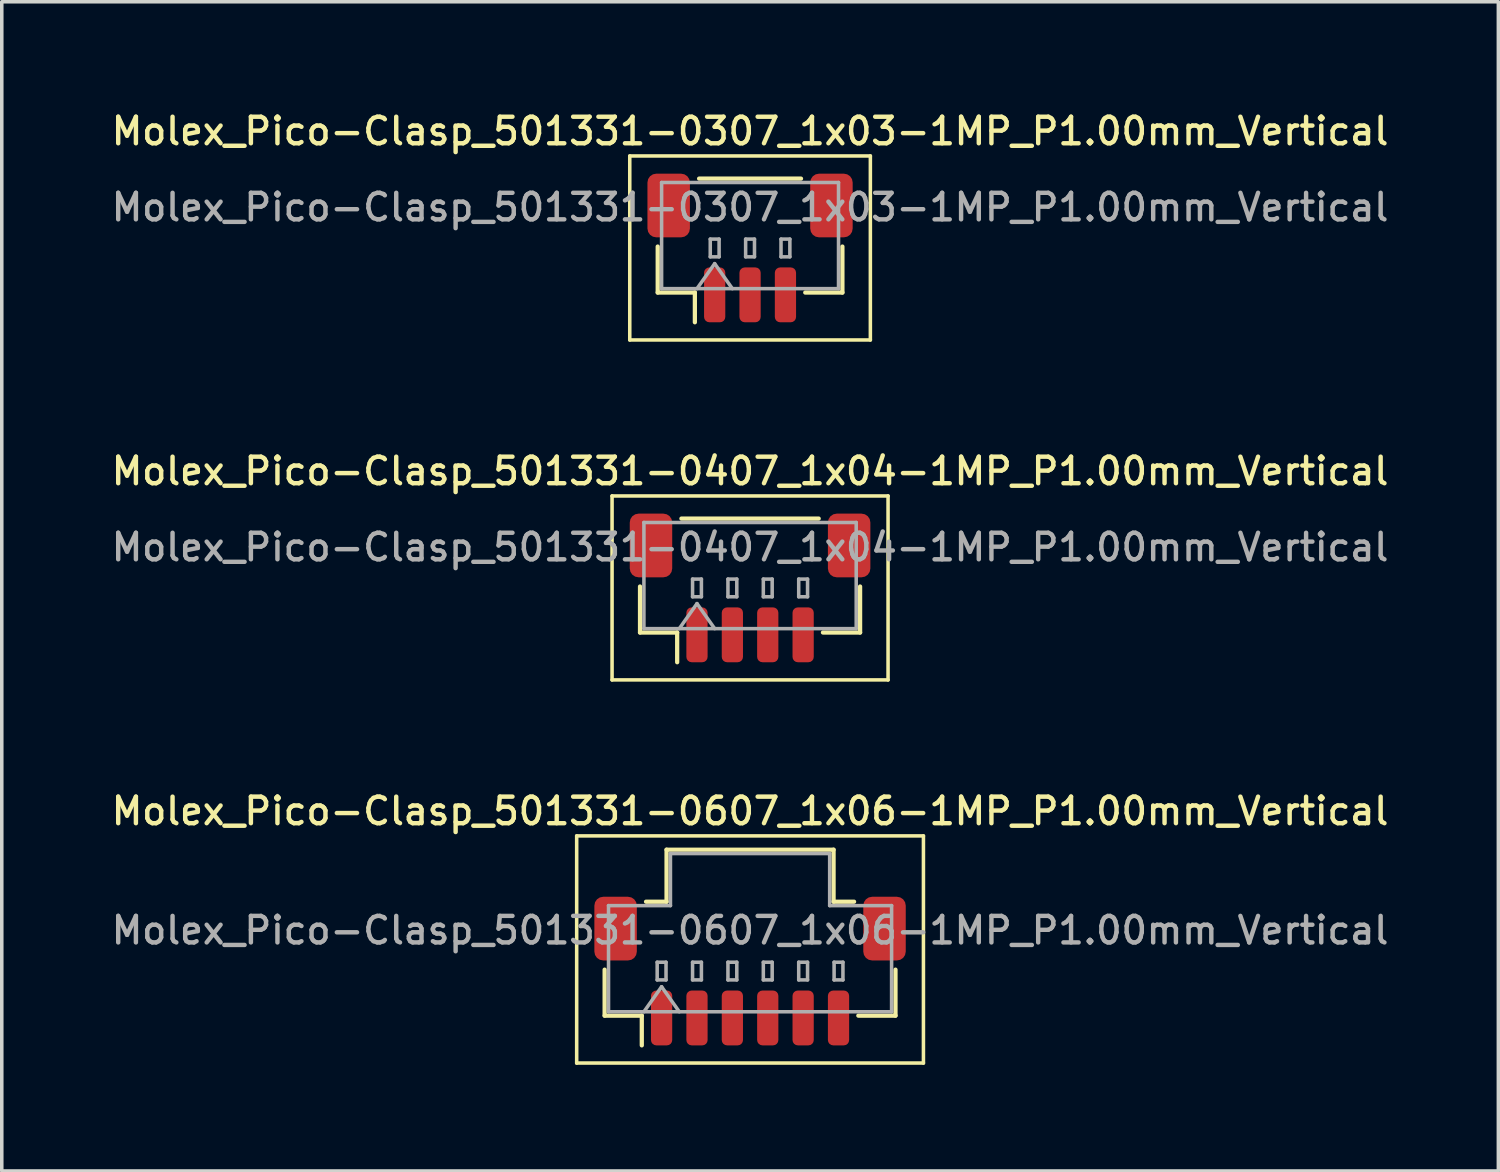
<source format=kicad_pcb>
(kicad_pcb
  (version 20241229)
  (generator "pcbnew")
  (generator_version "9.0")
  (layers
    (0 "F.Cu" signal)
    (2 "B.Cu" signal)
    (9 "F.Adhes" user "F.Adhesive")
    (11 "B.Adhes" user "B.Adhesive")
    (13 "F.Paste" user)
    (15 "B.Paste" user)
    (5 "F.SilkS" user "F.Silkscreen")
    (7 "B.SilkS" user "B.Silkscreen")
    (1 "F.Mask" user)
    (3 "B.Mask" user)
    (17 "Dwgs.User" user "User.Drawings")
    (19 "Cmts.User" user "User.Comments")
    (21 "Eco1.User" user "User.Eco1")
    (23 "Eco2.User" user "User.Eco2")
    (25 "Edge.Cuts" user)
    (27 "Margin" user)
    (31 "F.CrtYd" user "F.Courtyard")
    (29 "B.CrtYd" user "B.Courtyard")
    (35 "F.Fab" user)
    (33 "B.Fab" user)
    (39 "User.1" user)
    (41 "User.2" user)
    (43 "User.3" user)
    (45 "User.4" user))
  (footprint "Molex_Pico-Clasp_501331-0607_1x06-1MP_P1.00mm_Vertical"
    (layer "F.Cu")
    (at 18.148 24.394)
    (property "Reference" "Molex_Pico-Clasp_501331-0607_1x06-1MP_P1.00mm_Vertical" (at 0 -4.52 0) (layer "F.SilkS") (effects (font (size 0.75 0.75) (thickness 0.125))))
    (attr smd)
    (fp_line (start -4.9 -3.82) (end -4.9 2.6) (stroke (width 0.1) (type solid)) (layer "F.SilkS"))
    (fp_line (start -4.9 2.6) (end 4.9 2.6) (stroke (width 0.1) (type solid)) (layer "F.SilkS"))
    (fp_line (start -4.11 -0.04) (end -4.11 1.26) (stroke (width 0.12) (type solid)) (layer "F.SilkS"))
    (fp_line (start -4.11 1.26) (end -3.06 1.26) (stroke (width 0.12) (type solid)) (layer "F.SilkS"))
    (fp_line (start -3.06 1.26) (end -3.06 2.1) (stroke (width 0.12) (type solid)) (layer "F.SilkS"))
    (fp_line (start -2.94 -1.96) (end -2.36 -1.96) (stroke (width 0.12) (type solid)) (layer "F.SilkS"))
    (fp_line (start -2.36 -3.43) (end 2.36 -3.43) (stroke (width 0.12) (type solid)) (layer "F.SilkS"))
    (fp_line (start -2.36 -1.96) (end -2.36 -3.43) (stroke (width 0.12) (type solid)) (layer "F.SilkS"))
    (fp_line (start 2.36 -3.43) (end 2.36 -1.96) (stroke (width 0.12) (type solid)) (layer "F.SilkS"))
    (fp_line (start 2.36 -1.96) (end 2.94 -1.96) (stroke (width 0.12) (type solid)) (layer "F.SilkS"))
    (fp_line (start 4.11 -0.04) (end 4.11 1.26) (stroke (width 0.12) (type solid)) (layer "F.SilkS"))
    (fp_line (start 4.11 1.26) (end 3.06 1.26) (stroke (width 0.12) (type solid)) (layer "F.SilkS"))
    (fp_line (start 4.9 -3.82) (end -4.9 -3.82) (stroke (width 0.1) (type solid)) (layer "F.SilkS"))
    (fp_line (start 4.9 2.6) (end 4.9 -3.82) (stroke (width 0.1) (type solid)) (layer "F.SilkS"))
    (fp_line (start -4 -1.85) (end -2.25 -1.85) (stroke (width 0.1) (type solid)) (layer "F.Fab"))
    (fp_line (start -4 1.15) (end -4 -1.85) (stroke (width 0.1) (type solid)) (layer "F.Fab"))
    (fp_line (start -4 1.15) (end 4 1.15) (stroke (width 0.1) (type solid)) (layer "F.Fab"))
    (fp_line (start -3 1.15) (end -2.5 0.443) (stroke (width 0.1) (type solid)) (layer "F.Fab"))
    (fp_line (start -2.625 -0.25) (end -2.625 0.25) (stroke (width 0.1) (type solid)) (layer "F.Fab"))
    (fp_line (start -2.625 0.25) (end -2.375 0.25) (stroke (width 0.1) (type solid)) (layer "F.Fab"))
    (fp_line (start -2.5 0.443) (end -2 1.15) (stroke (width 0.1) (type solid)) (layer "F.Fab"))
    (fp_line (start -2.375 -0.25) (end -2.625 -0.25) (stroke (width 0.1) (type solid)) (layer "F.Fab"))
    (fp_line (start -2.375 0.25) (end -2.375 -0.25) (stroke (width 0.1) (type solid)) (layer "F.Fab"))
    (fp_line (start -2.25 -3.32) (end 2.25 -3.32) (stroke (width 0.1) (type solid)) (layer "F.Fab"))
    (fp_line (start -2.25 -1.85) (end -2.25 -3.32) (stroke (width 0.1) (type solid)) (layer "F.Fab"))
    (fp_line (start -1.625 -0.25) (end -1.625 0.25) (stroke (width 0.1) (type solid)) (layer "F.Fab"))
    (fp_line (start -1.625 0.25) (end -1.375 0.25) (stroke (width 0.1) (type solid)) (layer "F.Fab"))
    (fp_line (start -1.375 -0.25) (end -1.625 -0.25) (stroke (width 0.1) (type solid)) (layer "F.Fab"))
    (fp_line (start -1.375 0.25) (end -1.375 -0.25) (stroke (width 0.1) (type solid)) (layer "F.Fab"))
    (fp_line (start -0.625 -0.25) (end -0.625 0.25) (stroke (width 0.1) (type solid)) (layer "F.Fab"))
    (fp_line (start -0.625 0.25) (end -0.375 0.25) (stroke (width 0.1) (type solid)) (layer "F.Fab"))
    (fp_line (start -0.375 -0.25) (end -0.625 -0.25) (stroke (width 0.1) (type solid)) (layer "F.Fab"))
    (fp_line (start -0.375 0.25) (end -0.375 -0.25) (stroke (width 0.1) (type solid)) (layer "F.Fab"))
    (fp_line (start 0.375 -0.25) (end 0.375 0.25) (stroke (width 0.1) (type solid)) (layer "F.Fab"))
    (fp_line (start 0.375 0.25) (end 0.625 0.25) (stroke (width 0.1) (type solid)) (layer "F.Fab"))
    (fp_line (start 0.625 -0.25) (end 0.375 -0.25) (stroke (width 0.1) (type solid)) (layer "F.Fab"))
    (fp_line (start 0.625 0.25) (end 0.625 -0.25) (stroke (width 0.1) (type solid)) (layer "F.Fab"))
    (fp_line (start 1.375 -0.25) (end 1.375 0.25) (stroke (width 0.1) (type solid)) (layer "F.Fab"))
    (fp_line (start 1.375 0.25) (end 1.625 0.25) (stroke (width 0.1) (type solid)) (layer "F.Fab"))
    (fp_line (start 1.625 -0.25) (end 1.375 -0.25) (stroke (width 0.1) (type solid)) (layer "F.Fab"))
    (fp_line (start 1.625 0.25) (end 1.625 -0.25) (stroke (width 0.1) (type solid)) (layer "F.Fab"))
    (fp_line (start 2.25 -3.32) (end 2.25 -1.85) (stroke (width 0.1) (type solid)) (layer "F.Fab"))
    (fp_line (start 2.25 -1.85) (end 4 -1.85) (stroke (width 0.1) (type solid)) (layer "F.Fab"))
    (fp_line (start 2.375 -0.25) (end 2.375 0.25) (stroke (width 0.1) (type solid)) (layer "F.Fab"))
    (fp_line (start 2.375 0.25) (end 2.625 0.25) (stroke (width 0.1) (type solid)) (layer "F.Fab"))
    (fp_line (start 2.625 -0.25) (end 2.375 -0.25) (stroke (width 0.1) (type solid)) (layer "F.Fab"))
    (fp_line (start 2.625 0.25) (end 2.625 -0.25) (stroke (width 0.1) (type solid)) (layer "F.Fab"))
    (fp_line (start 4 1.15) (end 4 -1.85) (stroke (width 0.1) (type solid)) (layer "F.Fab"))
    (fp_text user "${REFERENCE}" (at 0 -1.15 0) (layer "F.Fab") (effects (font (size 0.75 0.75) (thickness 0.125))))
    (pad "1" smd roundrect (at -2.5 1.325) (size 0.6 1.55) (layers "F.Cu" "F.Mask" "F.Paste") (roundrect_rratio 0.25))
    (pad "2" smd roundrect (at -1.5 1.325) (size 0.6 1.55) (layers "F.Cu" "F.Mask" "F.Paste") (roundrect_rratio 0.25))
    (pad "3" smd roundrect (at -0.5 1.325) (size 0.6 1.55) (layers "F.Cu" "F.Mask" "F.Paste") (roundrect_rratio 0.25))
    (pad "4" smd roundrect (at 0.5 1.325) (size 0.6 1.55) (layers "F.Cu" "F.Mask" "F.Paste") (roundrect_rratio 0.25))
    (pad "5" smd roundrect (at 1.5 1.325) (size 0.6 1.55) (layers "F.Cu" "F.Mask" "F.Paste") (roundrect_rratio 0.25))
    (pad "6" smd roundrect (at 2.5 1.325) (size 0.6 1.55) (layers "F.Cu" "F.Mask" "F.Paste") (roundrect_rratio 0.25))
    (pad "MP" smd roundrect (at -3.8 -1.2) (size 1.2 1.8) (layers "F.Cu" "F.Mask" "F.Paste") (roundrect_rratio 0.208))
    (pad "MP" smd roundrect (at 3.8 -1.2) (size 1.2 1.8) (layers "F.Cu" "F.Mask" "F.Paste") (roundrect_rratio 0.208)))
  (footprint "Molex_Pico-Clasp_501331-0307_1x03-1MP_P1.00mm_Vertical"
    (layer "F.Cu")
    (at 18.148 3.958)
    (property "Reference" "Molex_Pico-Clasp_501331-0307_1x03-1MP_P1.00mm_Vertical" (at 0 -3.3 0) (layer "F.SilkS") (effects (font (size 0.75 0.75) (thickness 0.125))))
    (attr smd)
    (fp_line (start -3.4 -2.6) (end -3.4 2.6) (stroke (width 0.1) (type solid)) (layer "F.SilkS"))
    (fp_line (start -3.4 2.6) (end 3.4 2.6) (stroke (width 0.1) (type solid)) (layer "F.SilkS"))
    (fp_line (start -2.61 -0.04) (end -2.61 1.26) (stroke (width 0.12) (type solid)) (layer "F.SilkS"))
    (fp_line (start -2.61 1.26) (end -1.56 1.26) (stroke (width 0.12) (type solid)) (layer "F.SilkS"))
    (fp_line (start -1.56 1.26) (end -1.56 2.1) (stroke (width 0.12) (type solid)) (layer "F.SilkS"))
    (fp_line (start -1.44 -1.96) (end 1.44 -1.96) (stroke (width 0.12) (type solid)) (layer "F.SilkS"))
    (fp_line (start 2.61 -0.04) (end 2.61 1.26) (stroke (width 0.12) (type solid)) (layer "F.SilkS"))
    (fp_line (start 2.61 1.26) (end 1.56 1.26) (stroke (width 0.12) (type solid)) (layer "F.SilkS"))
    (fp_line (start 3.4 -2.6) (end -3.4 -2.6) (stroke (width 0.1) (type solid)) (layer "F.SilkS"))
    (fp_line (start 3.4 2.6) (end 3.4 -2.6) (stroke (width 0.1) (type solid)) (layer "F.SilkS"))
    (fp_line (start -2.5 -1.85) (end 2.5 -1.85) (stroke (width 0.1) (type solid)) (layer "F.Fab"))
    (fp_line (start -2.5 1.15) (end -2.5 -1.85) (stroke (width 0.1) (type solid)) (layer "F.Fab"))
    (fp_line (start -2.5 1.15) (end 2.5 1.15) (stroke (width 0.1) (type solid)) (layer "F.Fab"))
    (fp_line (start -1.5 1.15) (end -1 0.443) (stroke (width 0.1) (type solid)) (layer "F.Fab"))
    (fp_line (start -1.125 -0.25) (end -1.125 0.25) (stroke (width 0.1) (type solid)) (layer "F.Fab"))
    (fp_line (start -1.125 0.25) (end -0.875 0.25) (stroke (width 0.1) (type solid)) (layer "F.Fab"))
    (fp_line (start -1 0.443) (end -0.5 1.15) (stroke (width 0.1) (type solid)) (layer "F.Fab"))
    (fp_line (start -0.875 -0.25) (end -1.125 -0.25) (stroke (width 0.1) (type solid)) (layer "F.Fab"))
    (fp_line (start -0.875 0.25) (end -0.875 -0.25) (stroke (width 0.1) (type solid)) (layer "F.Fab"))
    (fp_line (start -0.125 -0.25) (end -0.125 0.25) (stroke (width 0.1) (type solid)) (layer "F.Fab"))
    (fp_line (start -0.125 0.25) (end 0.125 0.25) (stroke (width 0.1) (type solid)) (layer "F.Fab"))
    (fp_line (start 0.125 -0.25) (end -0.125 -0.25) (stroke (width 0.1) (type solid)) (layer "F.Fab"))
    (fp_line (start 0.125 0.25) (end 0.125 -0.25) (stroke (width 0.1) (type solid)) (layer "F.Fab"))
    (fp_line (start 0.875 -0.25) (end 0.875 0.25) (stroke (width 0.1) (type solid)) (layer "F.Fab"))
    (fp_line (start 0.875 0.25) (end 1.125 0.25) (stroke (width 0.1) (type solid)) (layer "F.Fab"))
    (fp_line (start 1.125 -0.25) (end 0.875 -0.25) (stroke (width 0.1) (type solid)) (layer "F.Fab"))
    (fp_line (start 1.125 0.25) (end 1.125 -0.25) (stroke (width 0.1) (type solid)) (layer "F.Fab"))
    (fp_line (start 2.5 1.15) (end 2.5 -1.85) (stroke (width 0.1) (type solid)) (layer "F.Fab"))
    (fp_text user "${REFERENCE}" (at 0 -1.15 0) (layer "F.Fab") (effects (font (size 0.75 0.75) (thickness 0.125))))
    (pad "1" smd roundrect (at -1 1.325) (size 0.6 1.55) (layers "F.Cu" "F.Mask" "F.Paste") (roundrect_rratio 0.25))
    (pad "2" smd roundrect (at 0 1.325) (size 0.6 1.55) (layers "F.Cu" "F.Mask" "F.Paste") (roundrect_rratio 0.25))
    (pad "3" smd roundrect (at 1 1.325) (size 0.6 1.55) (layers "F.Cu" "F.Mask" "F.Paste") (roundrect_rratio 0.25))
    (pad "MP" smd roundrect (at -2.3 -1.2) (size 1.2 1.8) (layers "F.Cu" "F.Mask" "F.Paste") (roundrect_rratio 0.208))
    (pad "MP" smd roundrect (at 2.3 -1.2) (size 1.2 1.8) (layers "F.Cu" "F.Mask" "F.Paste") (roundrect_rratio 0.208)))
  (footprint "Molex_Pico-Clasp_501331-0407_1x04-1MP_P1.00mm_Vertical"
    (layer "F.Cu")
    (at 18.148 13.566)
    (property "Reference" "Molex_Pico-Clasp_501331-0407_1x04-1MP_P1.00mm_Vertical" (at 0 -3.3 0) (layer "F.SilkS") (effects (font (size 0.75 0.75) (thickness 0.125))))
    (attr smd)
    (fp_line (start -3.9 -2.6) (end -3.9 2.6) (stroke (width 0.1) (type solid)) (layer "F.SilkS"))
    (fp_line (start -3.9 2.6) (end 3.9 2.6) (stroke (width 0.1) (type solid)) (layer "F.SilkS"))
    (fp_line (start -3.11 -0.04) (end -3.11 1.26) (stroke (width 0.12) (type solid)) (layer "F.SilkS"))
    (fp_line (start -3.11 1.26) (end -2.06 1.26) (stroke (width 0.12) (type solid)) (layer "F.SilkS"))
    (fp_line (start -2.06 1.26) (end -2.06 2.1) (stroke (width 0.12) (type solid)) (layer "F.SilkS"))
    (fp_line (start -1.94 -1.96) (end 1.94 -1.96) (stroke (width 0.12) (type solid)) (layer "F.SilkS"))
    (fp_line (start 3.11 -0.04) (end 3.11 1.26) (stroke (width 0.12) (type solid)) (layer "F.SilkS"))
    (fp_line (start 3.11 1.26) (end 2.06 1.26) (stroke (width 0.12) (type solid)) (layer "F.SilkS"))
    (fp_line (start 3.9 -2.6) (end -3.9 -2.6) (stroke (width 0.1) (type solid)) (layer "F.SilkS"))
    (fp_line (start 3.9 2.6) (end 3.9 -2.6) (stroke (width 0.1) (type solid)) (layer "F.SilkS"))
    (fp_line (start -3 -1.85) (end 3 -1.85) (stroke (width 0.1) (type solid)) (layer "F.Fab"))
    (fp_line (start -3 1.15) (end -3 -1.85) (stroke (width 0.1) (type solid)) (layer "F.Fab"))
    (fp_line (start -3 1.15) (end 3 1.15) (stroke (width 0.1) (type solid)) (layer "F.Fab"))
    (fp_line (start -2 1.15) (end -1.5 0.443) (stroke (width 0.1) (type solid)) (layer "F.Fab"))
    (fp_line (start -1.625 -0.25) (end -1.625 0.25) (stroke (width 0.1) (type solid)) (layer "F.Fab"))
    (fp_line (start -1.625 0.25) (end -1.375 0.25) (stroke (width 0.1) (type solid)) (layer "F.Fab"))
    (fp_line (start -1.5 0.443) (end -1 1.15) (stroke (width 0.1) (type solid)) (layer "F.Fab"))
    (fp_line (start -1.375 -0.25) (end -1.625 -0.25) (stroke (width 0.1) (type solid)) (layer "F.Fab"))
    (fp_line (start -1.375 0.25) (end -1.375 -0.25) (stroke (width 0.1) (type solid)) (layer "F.Fab"))
    (fp_line (start -0.625 -0.25) (end -0.625 0.25) (stroke (width 0.1) (type solid)) (layer "F.Fab"))
    (fp_line (start -0.625 0.25) (end -0.375 0.25) (stroke (width 0.1) (type solid)) (layer "F.Fab"))
    (fp_line (start -0.375 -0.25) (end -0.625 -0.25) (stroke (width 0.1) (type solid)) (layer "F.Fab"))
    (fp_line (start -0.375 0.25) (end -0.375 -0.25) (stroke (width 0.1) (type solid)) (layer "F.Fab"))
    (fp_line (start 0.375 -0.25) (end 0.375 0.25) (stroke (width 0.1) (type solid)) (layer "F.Fab"))
    (fp_line (start 0.375 0.25) (end 0.625 0.25) (stroke (width 0.1) (type solid)) (layer "F.Fab"))
    (fp_line (start 0.625 -0.25) (end 0.375 -0.25) (stroke (width 0.1) (type solid)) (layer "F.Fab"))
    (fp_line (start 0.625 0.25) (end 0.625 -0.25) (stroke (width 0.1) (type solid)) (layer "F.Fab"))
    (fp_line (start 1.375 -0.25) (end 1.375 0.25) (stroke (width 0.1) (type solid)) (layer "F.Fab"))
    (fp_line (start 1.375 0.25) (end 1.625 0.25) (stroke (width 0.1) (type solid)) (layer "F.Fab"))
    (fp_line (start 1.625 -0.25) (end 1.375 -0.25) (stroke (width 0.1) (type solid)) (layer "F.Fab"))
    (fp_line (start 1.625 0.25) (end 1.625 -0.25) (stroke (width 0.1) (type solid)) (layer "F.Fab"))
    (fp_line (start 3 1.15) (end 3 -1.85) (stroke (width 0.1) (type solid)) (layer "F.Fab"))
    (fp_text user "${REFERENCE}" (at 0 -1.15 0) (layer "F.Fab") (effects (font (size 0.75 0.75) (thickness 0.125))))
    (pad "1" smd roundrect (at -1.5 1.325) (size 0.6 1.55) (layers "F.Cu" "F.Mask" "F.Paste") (roundrect_rratio 0.25))
    (pad "2" smd roundrect (at -0.5 1.325) (size 0.6 1.55) (layers "F.Cu" "F.Mask" "F.Paste") (roundrect_rratio 0.25))
    (pad "3" smd roundrect (at 0.5 1.325) (size 0.6 1.55) (layers "F.Cu" "F.Mask" "F.Paste") (roundrect_rratio 0.25))
    (pad "4" smd roundrect (at 1.5 1.325) (size 0.6 1.55) (layers "F.Cu" "F.Mask" "F.Paste") (roundrect_rratio 0.25))
    (pad "MP" smd roundrect (at -2.8 -1.2) (size 1.2 1.8) (layers "F.Cu" "F.Mask" "F.Paste") (roundrect_rratio 0.208))
    (pad "MP" smd roundrect (at 2.8 -1.2) (size 1.2 1.8) (layers "F.Cu" "F.Mask" "F.Paste") (roundrect_rratio 0.208)))
  (gr_rect
    (start -3 -3)
    (end 39.296 30.044)
    (stroke (width 0.1) (type default))
    (fill no)
    (layer "Edge.Cuts")))
</source>
